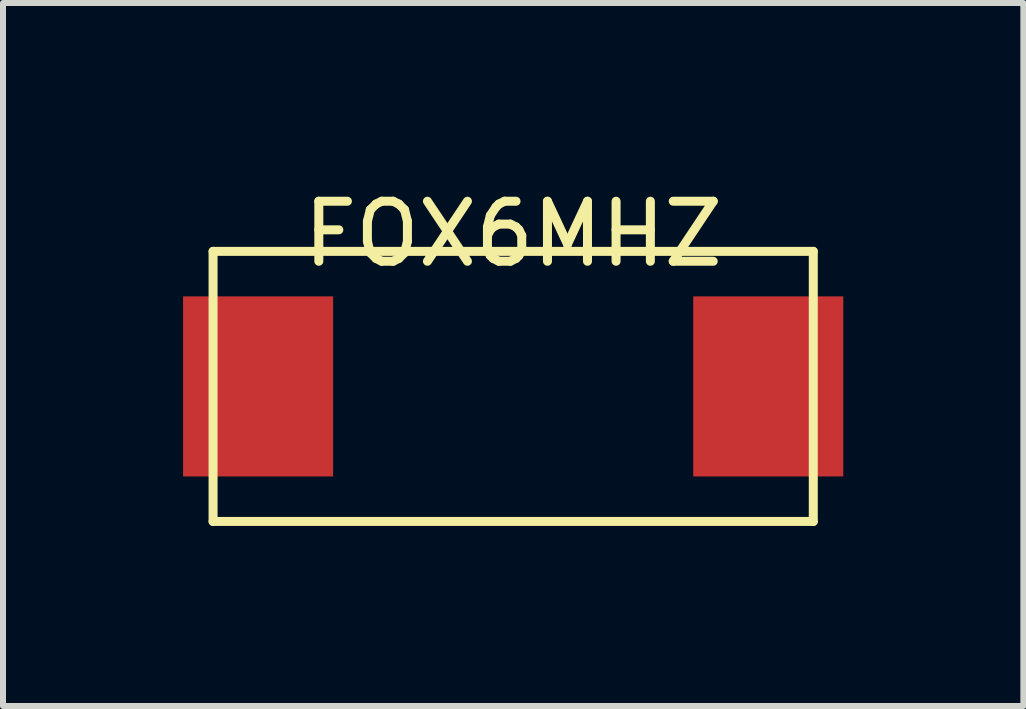
<source format=kicad_pcb>
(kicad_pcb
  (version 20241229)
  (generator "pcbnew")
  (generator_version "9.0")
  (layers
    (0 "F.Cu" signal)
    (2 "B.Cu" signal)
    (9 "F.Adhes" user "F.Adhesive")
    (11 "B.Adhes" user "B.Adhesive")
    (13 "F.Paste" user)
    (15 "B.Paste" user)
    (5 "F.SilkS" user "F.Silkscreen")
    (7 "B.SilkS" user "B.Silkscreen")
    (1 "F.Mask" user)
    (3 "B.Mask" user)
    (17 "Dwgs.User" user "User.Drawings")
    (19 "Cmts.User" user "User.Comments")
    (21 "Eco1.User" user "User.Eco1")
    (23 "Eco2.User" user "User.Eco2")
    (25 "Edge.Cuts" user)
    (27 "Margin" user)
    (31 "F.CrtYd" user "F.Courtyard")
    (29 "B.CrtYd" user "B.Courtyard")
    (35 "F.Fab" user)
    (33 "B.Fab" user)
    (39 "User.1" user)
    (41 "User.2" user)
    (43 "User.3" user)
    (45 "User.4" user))
  (footprint "FOX6MHZ"
    (layer "F.Cu")
    (at 5.5 3.388)
    (property "Reference" "FOX6MHZ" (at 0 -2.54 0) (layer "F.SilkS") (effects (font (size 1 1) (thickness 0.15))))
    (attr through_hole)
    (fp_line (start -5 -2.25) (end -5 2.25) (stroke (width 0.15) (type solid)) (layer "F.SilkS"))
    (fp_line (start -5 2.25) (end 5 2.25) (stroke (width 0.15) (type solid)) (layer "F.SilkS"))
    (fp_line (start 5 -2.25) (end -5 -2.25) (stroke (width 0.15) (type solid)) (layer "F.SilkS"))
    (fp_line (start 5 2.25) (end 5 -2.25) (stroke (width 0.15) (type solid)) (layer "F.SilkS"))
    (pad "1" smd rect (at -4.25 0) (size 2.5 3) (layers "F.Cu" "F.Mask" "F.Paste"))
    (pad "2" smd rect (at 4.25 0) (size 2.5 3) (layers "F.Cu" "F.Mask" "F.Paste")))
  (gr_rect
    (start -3 -3)
    (end 14 8.713)
    (stroke (width 0.1) (type default))
    (fill no)
    (layer "Edge.Cuts")))
</source>
